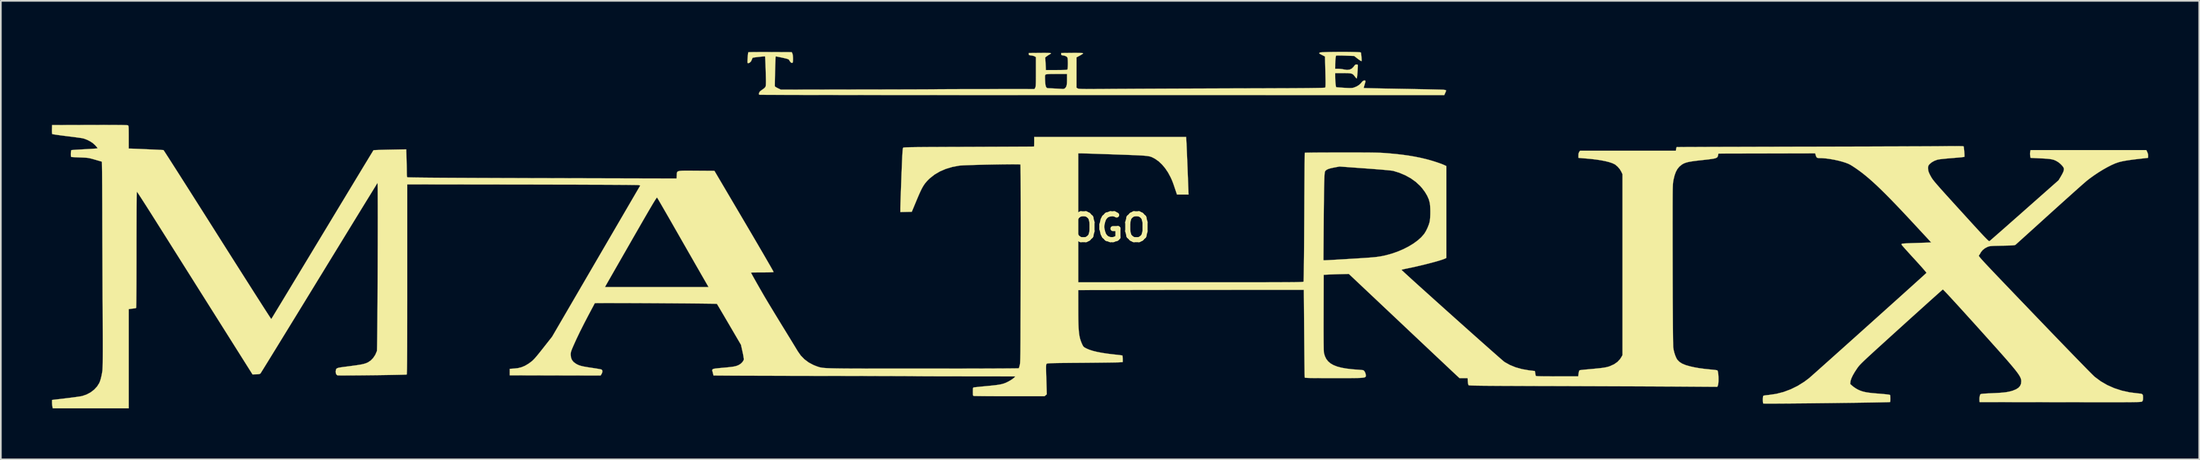
<source format=kicad_pcb>
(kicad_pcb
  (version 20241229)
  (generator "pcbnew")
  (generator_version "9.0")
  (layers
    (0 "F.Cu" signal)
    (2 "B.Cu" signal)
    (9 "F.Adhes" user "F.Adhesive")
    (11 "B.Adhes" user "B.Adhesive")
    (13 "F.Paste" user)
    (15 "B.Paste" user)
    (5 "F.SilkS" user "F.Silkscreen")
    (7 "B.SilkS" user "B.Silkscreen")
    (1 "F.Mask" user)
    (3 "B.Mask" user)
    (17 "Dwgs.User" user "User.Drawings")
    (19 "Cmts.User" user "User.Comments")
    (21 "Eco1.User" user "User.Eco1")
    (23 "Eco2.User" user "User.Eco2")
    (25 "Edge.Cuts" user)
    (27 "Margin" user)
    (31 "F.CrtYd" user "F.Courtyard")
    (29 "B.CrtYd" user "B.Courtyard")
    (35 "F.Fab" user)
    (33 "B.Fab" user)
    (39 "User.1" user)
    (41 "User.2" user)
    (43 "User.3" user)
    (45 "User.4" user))
  (footprint "LOGO"
    (layer "F.Cu")
    (at 61.621 10.372)
    (property "Reference" "LOGO" (at 0 0 0) (layer "F.SilkS") (effects (font (size 1.524 1.524) (thickness 0.3))))
    (attr through_hole)
    (fp_poly (pts (xy 14.56 -10.366) (xy 14.759 -10.364) (xy 14.94 -10.36) (xy 15.098 -10.356) (xy 15.227 -10.351) (xy 15.32 -10.344) (xy 15.372 -10.336) (xy 15.38 -10.331) (xy 15.391 -10.283) (xy 15.402 -10.204) (xy 15.412 -10.107) (xy 15.42 -10.007) (xy 15.425 -9.918) (xy 15.425 -9.851) (xy 15.42 -9.823) (xy 15.394 -9.83) (xy 15.337 -9.862) (xy 15.26 -9.916) (xy 15.194 -9.965) (xy 14.987 -10.127) (xy 14.464 -10.146) (xy 14.306 -10.151) (xy 14.165 -10.153) (xy 14.05 -10.154) (xy 13.969 -10.153) (xy 13.928 -10.15) (xy 13.925 -10.149) (xy 13.91 -10.11) (xy 13.897 -10.031) (xy 13.885 -9.922) (xy 13.876 -9.791) (xy 13.871 -9.65) (xy 13.871 -9.608) (xy 13.868 -9.373) (xy 14.04 -9.373) (xy 14.16 -9.367) (xy 14.294 -9.35) (xy 14.391 -9.331) (xy 14.569 -9.306) (xy 14.719 -9.323) (xy 14.845 -9.382) (xy 14.951 -9.486) (xy 14.984 -9.532) (xy 15.036 -9.597) (xy 15.088 -9.624) (xy 15.116 -9.627) (xy 15.171 -9.62) (xy 15.198 -9.607) (xy 15.202 -9.574) (xy 15.201 -9.501) (xy 15.197 -9.401) (xy 15.191 -9.282) (xy 15.182 -9.158) (xy 15.172 -9.037) (xy 15.162 -8.932) (xy 15.152 -8.853) (xy 15.144 -8.811) (xy 15.142 -8.807) (xy 15.118 -8.815) (xy 15.076 -8.856) (xy 15.038 -8.905) (xy 14.985 -8.975) (xy 14.937 -9.028) (xy 14.883 -9.066) (xy 14.818 -9.092) (xy 14.732 -9.107) (xy 14.617 -9.115) (xy 14.465 -9.118) (xy 14.332 -9.119) (xy 13.868 -9.119) (xy 13.869 -8.884) (xy 13.872 -8.765) (xy 13.879 -8.639) (xy 13.889 -8.517) (xy 13.9 -8.412) (xy 13.913 -8.333) (xy 13.925 -8.292) (xy 13.926 -8.29) (xy 13.954 -8.285) (xy 14.025 -8.278) (xy 14.129 -8.27) (xy 14.259 -8.261) (xy 14.388 -8.253) (xy 14.559 -8.244) (xy 14.689 -8.239) (xy 14.786 -8.239) (xy 14.861 -8.244) (xy 14.921 -8.253) (xy 14.969 -8.266) (xy 15.127 -8.329) (xy 15.27 -8.417) (xy 15.382 -8.521) (xy 15.411 -8.559) (xy 15.486 -8.643) (xy 15.564 -8.683) (xy 15.632 -8.678) (xy 15.648 -8.664) (xy 15.65 -8.632) (xy 15.638 -8.572) (xy 15.61 -8.475) (xy 15.605 -8.457) (xy 15.577 -8.362) (xy 15.558 -8.288) (xy 15.55 -8.246) (xy 15.551 -8.24) (xy 15.577 -8.238) (xy 15.651 -8.236) (xy 15.768 -8.232) (xy 15.925 -8.229) (xy 16.118 -8.224) (xy 16.344 -8.219) (xy 16.6 -8.214) (xy 16.88 -8.208) (xy 17.183 -8.203) (xy 17.504 -8.197) (xy 17.84 -8.191) (xy 17.845 -8.191) (xy 18.185 -8.185) (xy 18.512 -8.178) (xy 18.823 -8.172) (xy 19.114 -8.167) (xy 19.381 -8.161) (xy 19.62 -8.156) (xy 19.827 -8.151) (xy 19.999 -8.147) (xy 20.132 -8.143) (xy 20.222 -8.14) (xy 20.263 -8.137) (xy 20.337 -8.125) (xy 20.386 -8.108) (xy 20.396 -8.096) (xy 20.386 -8.058) (xy 20.361 -7.993) (xy 20.341 -7.946) (xy 20.286 -7.823) (xy 0.154 -7.824) (xy -0.856 -7.824) (xy -1.853 -7.824) (xy -2.837 -7.824) (xy -3.806 -7.824) (xy -4.759 -7.824) (xy -5.694 -7.825) (xy -6.611 -7.825) (xy -7.509 -7.825) (xy -8.385 -7.826) (xy -9.24 -7.826) (xy -10.071 -7.827) (xy -10.878 -7.827) (xy -11.658 -7.828) (xy -12.412 -7.828) (xy -13.138 -7.829) (xy -13.835 -7.829) (xy -14.5 -7.83) (xy -15.134 -7.831) (xy -15.735 -7.832) (xy -16.302 -7.832) (xy -16.834 -7.833) (xy -17.328 -7.834) (xy -17.785 -7.835) (xy -18.203 -7.836) (xy -18.581 -7.837) (xy -18.917 -7.837) (xy -19.21 -7.838) (xy -19.46 -7.839) (xy -19.664 -7.84) (xy -19.822 -7.841) (xy -19.933 -7.842) (xy -19.995 -7.843) (xy -20.008 -7.844) (xy -20.029 -7.884) (xy -20.021 -7.946) (xy -19.988 -8.012) (xy -19.972 -8.033) (xy -19.925 -8.074) (xy -19.854 -8.128) (xy -19.797 -8.166) (xy -19.713 -8.23) (xy -19.653 -8.297) (xy -19.637 -8.325) (xy -19.628 -8.358) (xy -19.622 -8.411) (xy -19.618 -8.489) (xy -19.616 -8.597) (xy -19.617 -8.739) (xy -19.621 -8.921) (xy -19.626 -9.146) (xy -19.629 -9.244) (xy -19.635 -9.445) (xy -19.641 -9.631) (xy -19.648 -9.794) (xy -19.654 -9.928) (xy -19.66 -10.028) (xy -19.665 -10.087) (xy -19.668 -10.101) (xy -19.696 -10.103) (xy -19.764 -10.099) (xy -19.86 -10.091) (xy -19.972 -10.08) (xy -20.09 -10.067) (xy -20.203 -10.053) (xy -20.299 -10.04) (xy -20.367 -10.029) (xy -20.395 -10.021) (xy -20.413 -9.992) (xy -20.438 -9.933) (xy -20.447 -9.905) (xy -20.495 -9.809) (xy -20.563 -9.739) (xy -20.639 -9.704) (xy -20.657 -9.703) (xy -20.678 -9.705) (xy -20.692 -9.718) (xy -20.699 -9.749) (xy -20.7 -9.807) (xy -20.697 -9.9) (xy -20.69 -10.014) (xy -20.682 -10.135) (xy -20.672 -10.238) (xy -20.662 -10.311) (xy -20.654 -10.344) (xy -20.653 -10.344) (xy -20.625 -10.348) (xy -20.551 -10.351) (xy -20.435 -10.354) (xy -20.284 -10.356) (xy -20.102 -10.357) (xy -19.893 -10.358) (xy -19.663 -10.358) (xy -19.416 -10.357) (xy -19.366 -10.357) (xy -18.098 -10.351) (xy -18.061 -10.274) (xy -18.042 -10.213) (xy -18.03 -10.122) (xy -18.023 -10.016) (xy -18.022 -9.909) (xy -18.027 -9.815) (xy -18.039 -9.749) (xy -18.05 -9.727) (xy -18.093 -9.715) (xy -18.147 -9.744) (xy -18.203 -9.808) (xy -18.23 -9.853) (xy -18.249 -9.888) (xy -18.271 -9.914) (xy -18.303 -9.935) (xy -18.355 -9.955) (xy -18.433 -9.976) (xy -18.546 -10.003) (xy -18.654 -10.027) (xy -18.786 -10.055) (xy -18.899 -10.078) (xy -18.984 -10.094) (xy -19.034 -10.101) (xy -19.042 -10.1) (xy -19.046 -10.072) (xy -19.051 -10.001) (xy -19.056 -9.893) (xy -19.061 -9.756) (xy -19.067 -9.597) (xy -19.072 -9.422) (xy -19.077 -9.24) (xy -19.082 -9.056) (xy -19.086 -8.879) (xy -19.089 -8.716) (xy -19.091 -8.573) (xy -19.092 -8.458) (xy -19.092 -8.378) (xy -19.09 -8.34) (xy -19.089 -8.338) (xy -19.061 -8.311) (xy -18.999 -8.272) (xy -18.916 -8.229) (xy -18.906 -8.224) (xy -18.736 -8.144) (xy -14.238 -8.152) (xy -13.763 -8.152) (xy -13.301 -8.153) (xy -12.855 -8.154) (xy -12.426 -8.155) (xy -12.019 -8.156) (xy -11.636 -8.157) (xy -11.278 -8.158) (xy -10.949 -8.159) (xy -10.652 -8.16) (xy -10.389 -8.161) (xy -10.162 -8.162) (xy -9.974 -8.163) (xy -9.828 -8.164) (xy -9.727 -8.165) (xy -9.673 -8.166) (xy -9.665 -8.166) (xy -9.63 -8.167) (xy -9.547 -8.168) (xy -9.42 -8.169) (xy -9.253 -8.17) (xy -9.048 -8.171) (xy -8.808 -8.172) (xy -8.538 -8.173) (xy -8.24 -8.174) (xy -7.917 -8.175) (xy -7.574 -8.175) (xy -7.212 -8.176) (xy -6.837 -8.176) (xy -6.705 -8.176) (xy -3.821 -8.179) (xy -3.777 -8.253) (xy -3.766 -8.277) (xy -3.756 -8.31) (xy -3.749 -8.356) (xy -3.743 -8.421) (xy -3.739 -8.51) (xy -3.736 -8.629) (xy -3.735 -8.783) (xy -3.734 -8.86) (xy -3.201 -8.86) (xy -3.197 -8.744) (xy -3.195 -8.697) (xy -3.186 -8.535) (xy -3.171 -8.418) (xy -3.151 -8.337) (xy -3.14 -8.312) (xy -3.108 -8.261) (xy -3.07 -8.236) (xy -3.006 -8.228) (xy -2.977 -8.227) (xy -2.911 -8.224) (xy -2.807 -8.22) (xy -2.677 -8.213) (xy -2.534 -8.206) (xy -2.39 -8.198) (xy -2.258 -8.191) (xy -2.151 -8.184) (xy -2.132 -8.183) (xy -2.06 -8.201) (xy -2.013 -8.236) (xy -1.97 -8.29) (xy -1.94 -8.354) (xy -1.92 -8.436) (xy -1.909 -8.546) (xy -1.905 -8.694) (xy -1.905 -8.752) (xy -1.905 -9.068) (xy -2.51 -9.068) (xy -2.714 -9.067) (xy -2.873 -9.065) (xy -2.991 -9.061) (xy -3.075 -9.055) (xy -3.129 -9.046) (xy -3.159 -9.035) (xy -3.161 -9.034) (xy -3.181 -9.015) (xy -3.193 -8.985) (xy -3.2 -8.937) (xy -3.201 -8.86) (xy -3.734 -8.86) (xy -3.734 -8.977) (xy -3.734 -9.192) (xy -3.734 -10.057) (xy -3.798 -10.099) (xy -3.86 -10.126) (xy -3.948 -10.148) (xy -4.008 -10.157) (xy -4.09 -10.168) (xy -4.133 -10.182) (xy -4.15 -10.205) (xy -4.153 -10.236) (xy -4.153 -10.3) (xy -3.499 -10.306) (xy -3.28 -10.308) (xy -3.103 -10.307) (xy -2.971 -10.304) (xy -2.885 -10.298) (xy -2.847 -10.29) (xy -2.845 -10.288) (xy -2.865 -10.261) (xy -2.916 -10.227) (xy -2.927 -10.221) (xy -3.002 -10.176) (xy -3.083 -10.12) (xy -3.099 -10.109) (xy -3.188 -10.039) (xy -3.171 -9.776) (xy -3.164 -9.652) (xy -3.158 -9.534) (xy -3.154 -9.441) (xy -3.152 -9.404) (xy -3.15 -9.296) (xy -2.532 -9.296) (xy -2.319 -9.297) (xy -2.152 -9.3) (xy -2.029 -9.304) (xy -1.945 -9.311) (xy -1.898 -9.32) (xy -1.885 -9.327) (xy -1.872 -9.364) (xy -1.863 -9.44) (xy -1.857 -9.543) (xy -1.854 -9.66) (xy -1.855 -9.779) (xy -1.859 -9.889) (xy -1.867 -9.976) (xy -1.878 -10.03) (xy -1.88 -10.034) (xy -1.943 -10.101) (xy -2.05 -10.144) (xy -2.134 -10.159) (xy -2.205 -10.171) (xy -2.238 -10.19) (xy -2.248 -10.225) (xy -2.248 -10.236) (xy -2.248 -10.3) (xy -1.615 -10.307) (xy -1.431 -10.308) (xy -1.268 -10.307) (xy -1.134 -10.304) (xy -1.033 -10.3) (xy -0.973 -10.294) (xy -0.958 -10.29) (xy -0.968 -10.267) (xy -1.018 -10.228) (xy -1.105 -10.176) (xy -1.14 -10.156) (xy -1.345 -10.046) (xy -1.346 -9.153) (xy -1.346 -8.261) (xy -1.28 -8.217) (xy -1.266 -8.21) (xy -1.245 -8.203) (xy -1.215 -8.197) (xy -1.173 -8.192) (xy -1.115 -8.189) (xy -1.038 -8.186) (xy -0.938 -8.183) (xy -0.813 -8.182) (xy -0.658 -8.181) (xy -0.471 -8.181) (xy -0.248 -8.182) (xy 0.013 -8.183) (xy 0.318 -8.185) (xy 0.668 -8.188) (xy 0.873 -8.189) (xy 1.116 -8.191) (xy 1.406 -8.192) (xy 1.739 -8.194) (xy 2.111 -8.196) (xy 2.518 -8.198) (xy 2.957 -8.2) (xy 3.424 -8.202) (xy 3.914 -8.204) (xy 4.424 -8.206) (xy 4.95 -8.208) (xy 5.489 -8.21) (xy 6.035 -8.212) (xy 6.586 -8.214) (xy 7.137 -8.216) (xy 7.685 -8.218) (xy 8.103 -8.219) (xy 8.72 -8.221) (xy 9.289 -8.222) (xy 9.811 -8.224) (xy 10.287 -8.226) (xy 10.72 -8.228) (xy 11.112 -8.229) (xy 11.464 -8.231) (xy 11.778 -8.233) (xy 12.056 -8.235) (xy 12.301 -8.237) (xy 12.513 -8.24) (xy 12.695 -8.242) (xy 12.848 -8.245) (xy 12.975 -8.247) (xy 13.077 -8.25) (xy 13.156 -8.253) (xy 13.214 -8.257) (xy 13.253 -8.26) (xy 13.275 -8.264) (xy 13.281 -8.267) (xy 13.29 -8.283) (xy 13.297 -8.316) (xy 13.301 -8.37) (xy 13.304 -8.449) (xy 13.305 -8.558) (xy 13.304 -8.703) (xy 13.3 -8.888) (xy 13.295 -9.117) (xy 13.293 -9.198) (xy 13.271 -10.096) (xy 13.112 -10.176) (xy 13.014 -10.225) (xy 12.957 -10.259) (xy 12.933 -10.283) (xy 12.938 -10.304) (xy 12.965 -10.327) (xy 12.965 -10.327) (xy 13.002 -10.336) (xy 13.081 -10.343) (xy 13.199 -10.35) (xy 13.348 -10.355) (xy 13.522 -10.36) (xy 13.715 -10.363) (xy 13.922 -10.365) (xy 14.136 -10.367) (xy 14.351 -10.367) (xy 14.56 -10.366)) (stroke (width 0.01) (type solid)) (fill yes) (layer "F.SilkS"))
    (fp_poly (pts (xy -58.214 -6.065) (xy -57.917 -6.064) (xy -57.67 -6.062) (xy -57.47 -6.06) (xy -57.319 -6.056) (xy -57.216 -6.052) (xy -57.159 -6.047) (xy -57.149 -6.044) (xy -57.134 -6.034) (xy -57.122 -6.017) (xy -57.114 -5.988) (xy -57.107 -5.94) (xy -57.103 -5.868) (xy -57.101 -5.765) (xy -57.1 -5.626) (xy -57.099 -5.445) (xy -57.099 -5.346) (xy -57.099 -4.674) (xy -57.029 -4.674) (xy -56.979 -4.673) (xy -56.887 -4.67) (xy -56.761 -4.665) (xy -56.608 -4.659) (xy -56.435 -4.652) (xy -56.247 -4.644) (xy -56.053 -4.635) (xy -55.858 -4.626) (xy -55.67 -4.618) (xy -55.495 -4.61) (xy -55.34 -4.602) (xy -55.212 -4.596) (xy -55.118 -4.59) (xy -55.064 -4.587) (xy -55.054 -4.586) (xy -55.038 -4.564) (xy -54.996 -4.501) (xy -54.93 -4.399) (xy -54.84 -4.259) (xy -54.727 -4.084) (xy -54.594 -3.876) (xy -54.441 -3.636) (xy -54.269 -3.367) (xy -54.079 -3.069) (xy -53.874 -2.746) (xy -53.653 -2.399) (xy -53.418 -2.029) (xy -53.171 -1.639) (xy -52.912 -1.231) (xy -52.643 -0.807) (xy -52.365 -0.368) (xy -52.079 0.084) (xy -51.879 0.401) (xy -51.588 0.861) (xy -51.305 1.308) (xy -51.03 1.742) (xy -50.764 2.161) (xy -50.509 2.562) (xy -50.266 2.945) (xy -50.036 3.306) (xy -49.821 3.645) (xy -49.621 3.959) (xy -49.437 4.246) (xy -49.272 4.505) (xy -49.125 4.734) (xy -48.999 4.93) (xy -48.894 5.092) (xy -48.812 5.218) (xy -48.754 5.306) (xy -48.721 5.354) (xy -48.713 5.364) (xy -48.699 5.341) (xy -48.659 5.276) (xy -48.596 5.172) (xy -48.51 5.03) (xy -48.402 4.852) (xy -48.274 4.641) (xy -48.126 4.398) (xy -47.961 4.124) (xy -47.779 3.823) (xy -47.581 3.496) (xy -47.369 3.144) (xy -47.143 2.771) (xy -46.905 2.377) (xy -46.656 1.965) (xy -46.397 1.536) (xy -46.13 1.093) (xy -45.855 0.638) (xy -45.708 0.394) (xy -45.429 -0.067) (xy -45.158 -0.517) (xy -44.894 -0.954) (xy -44.64 -1.375) (xy -44.396 -1.778) (xy -44.164 -2.163) (xy -43.944 -2.526) (xy -43.739 -2.866) (xy -43.548 -3.181) (xy -43.374 -3.47) (xy -43.217 -3.729) (xy -43.078 -3.957) (xy -42.96 -4.153) (xy -42.862 -4.314) (xy -42.786 -4.438) (xy -42.734 -4.524) (xy -42.706 -4.569) (xy -42.702 -4.576) (xy -42.673 -4.58) (xy -42.6 -4.585) (xy -42.487 -4.59) (xy -42.34 -4.596) (xy -42.165 -4.601) (xy -41.968 -4.606) (xy -41.754 -4.611) (xy -41.73 -4.611) (xy -40.775 -4.629) (xy -40.758 -4.089) (xy -40.753 -3.906) (xy -40.749 -3.72) (xy -40.745 -3.544) (xy -40.743 -3.392) (xy -40.742 -3.276) (xy -40.742 -3.272) (xy -40.74 -3.137) (xy -40.733 -3.048) (xy -40.722 -2.999) (xy -40.71 -2.986) (xy -40.679 -2.982) (xy -40.608 -2.979) (xy -40.496 -2.976) (xy -40.343 -2.973) (xy -40.148 -2.97) (xy -39.91 -2.967) (xy -39.629 -2.964) (xy -39.305 -2.961) (xy -38.936 -2.958) (xy -38.523 -2.955) (xy -38.065 -2.953) (xy -37.561 -2.95) (xy -37.011 -2.948) (xy -36.413 -2.945) (xy -35.769 -2.943) (xy -35.076 -2.94) (xy -34.335 -2.938) (xy -33.545 -2.935) (xy -32.706 -2.933) (xy -31.816 -2.931) (xy -31.544 -2.93) (xy -24.873 -2.913) (xy -24.862 -3.098) (xy -24.859 -3.164) (xy -24.856 -3.219) (xy -24.847 -3.264) (xy -24.829 -3.3) (xy -24.798 -3.327) (xy -24.748 -3.347) (xy -24.675 -3.361) (xy -24.576 -3.37) (xy -24.446 -3.374) (xy -24.279 -3.376) (xy -24.073 -3.375) (xy -23.823 -3.373) (xy -23.69 -3.372) (xy -22.647 -3.365) (xy -20.899 -0.398) (xy -20.689 -0.041) (xy -20.486 0.304) (xy -20.293 0.634) (xy -20.109 0.948) (xy -19.938 1.242) (xy -19.779 1.514) (xy -19.636 1.761) (xy -19.509 1.981) (xy -19.399 2.171) (xy -19.309 2.329) (xy -19.239 2.453) (xy -19.192 2.539) (xy -19.168 2.585) (xy -19.165 2.593) (xy -19.194 2.599) (xy -19.268 2.605) (xy -19.38 2.61) (xy -19.526 2.614) (xy -19.698 2.616) (xy -19.839 2.616) (xy -20.016 2.617) (xy -20.175 2.618) (xy -20.309 2.619) (xy -20.412 2.621) (xy -20.477 2.624) (xy -20.498 2.626) (xy -20.486 2.653) (xy -20.451 2.717) (xy -20.398 2.814) (xy -20.329 2.938) (xy -20.248 3.082) (xy -20.158 3.242) (xy -20.062 3.41) (xy -19.964 3.583) (xy -19.866 3.752) (xy -19.773 3.914) (xy -19.687 4.062) (xy -19.648 4.128) (xy -19.576 4.248) (xy -19.482 4.406) (xy -19.368 4.595) (xy -19.239 4.808) (xy -19.099 5.039) (xy -18.951 5.282) (xy -18.799 5.531) (xy -18.647 5.78) (xy -18.593 5.867) (xy -18.45 6.1) (xy -18.313 6.324) (xy -18.184 6.534) (xy -18.066 6.727) (xy -17.962 6.898) (xy -17.874 7.042) (xy -17.806 7.155) (xy -17.759 7.231) (xy -17.743 7.26) (xy -17.566 7.511) (xy -17.351 7.732) (xy -17.101 7.919) (xy -16.82 8.069) (xy -16.635 8.142) (xy -16.591 8.157) (xy -16.55 8.171) (xy -16.511 8.184) (xy -16.471 8.196) (xy -16.428 8.207) (xy -16.381 8.216) (xy -16.327 8.225) (xy -16.264 8.234) (xy -16.19 8.241) (xy -16.103 8.247) (xy -16 8.253) (xy -15.881 8.258) (xy -15.743 8.262) (xy -15.583 8.266) (xy -15.4 8.269) (xy -15.192 8.272) (xy -14.956 8.274) (xy -14.691 8.276) (xy -14.395 8.277) (xy -14.065 8.278) (xy -13.699 8.279) (xy -13.296 8.28) (xy -12.853 8.28) (xy -12.368 8.28) (xy -11.84 8.28) (xy -11.265 8.28) (xy -10.643 8.28) (xy -10.371 8.28) (xy -9.792 8.28) (xy -9.234 8.28) (xy -8.701 8.279) (xy -8.192 8.279) (xy -7.711 8.278) (xy -7.259 8.277) (xy -6.838 8.276) (xy -6.45 8.274) (xy -6.096 8.273) (xy -5.779 8.271) (xy -5.501 8.27) (xy -5.263 8.268) (xy -5.067 8.266) (xy -4.915 8.264) (xy -4.809 8.262) (xy -4.75 8.259) (xy -4.739 8.258) (xy -4.726 8.223) (xy -4.706 8.154) (xy -4.682 8.065) (xy -4.681 8.061) (xy -4.677 8.039) (xy -4.672 8.012) (xy -4.668 7.978) (xy -4.664 7.936) (xy -4.661 7.882) (xy -4.658 7.816) (xy -4.655 7.735) (xy -4.652 7.637) (xy -4.65 7.52) (xy -4.647 7.382) (xy -4.645 7.221) (xy -4.644 7.036) (xy -4.642 6.824) (xy -4.64 6.583) (xy -4.639 6.312) (xy -4.638 6.007) (xy -4.637 5.668) (xy -4.636 5.293) (xy -4.635 4.878) (xy -4.634 4.423) (xy -4.633 3.926) (xy -4.632 3.383) (xy -4.631 2.794) (xy -4.63 2.157) (xy -4.63 2.085) (xy -4.629 1.53) (xy -4.629 0.991) (xy -4.628 0.471) (xy -4.628 -0.03) (xy -4.628 -0.508) (xy -4.629 -0.962) (xy -4.629 -1.39) (xy -4.63 -1.789) (xy -4.631 -2.157) (xy -4.632 -2.492) (xy -4.633 -2.792) (xy -4.634 -3.054) (xy -4.636 -3.278) (xy -4.637 -3.46) (xy -4.639 -3.598) (xy -4.641 -3.691) (xy -4.643 -3.736) (xy -4.644 -3.739) (xy -4.674 -3.744) (xy -4.75 -3.748) (xy -4.867 -3.75) (xy -5.02 -3.751) (xy -5.203 -3.751) (xy -5.413 -3.749) (xy -5.643 -3.747) (xy -5.889 -3.743) (xy -6.146 -3.739) (xy -6.409 -3.734) (xy -6.673 -3.729) (xy -6.933 -3.722) (xy -7.184 -3.716) (xy -7.421 -3.709) (xy -7.638 -3.702) (xy -7.832 -3.695) (xy -7.997 -3.688) (xy -8.128 -3.68) (xy -8.219 -3.673) (xy -8.249 -3.67) (xy -8.657 -3.592) (xy -9.036 -3.478) (xy -9.383 -3.329) (xy -9.696 -3.145) (xy -9.972 -2.928) (xy -10.068 -2.836) (xy -10.158 -2.741) (xy -10.237 -2.648) (xy -10.31 -2.549) (xy -10.38 -2.438) (xy -10.451 -2.309) (xy -10.526 -2.155) (xy -10.61 -1.969) (xy -10.706 -1.745) (xy -10.753 -1.633) (xy -11.036 -0.953) (xy -11.709 -0.938) (xy -11.709 -1.136) (xy -11.708 -1.195) (xy -11.705 -1.301) (xy -11.701 -1.447) (xy -11.695 -1.63) (xy -11.688 -1.844) (xy -11.679 -2.084) (xy -11.67 -2.346) (xy -11.66 -2.625) (xy -11.649 -2.916) (xy -11.646 -3.009) (xy -11.633 -3.349) (xy -11.621 -3.641) (xy -11.611 -3.89) (xy -11.601 -4.098) (xy -11.593 -4.27) (xy -11.585 -4.408) (xy -11.578 -4.515) (xy -11.571 -4.597) (xy -11.563 -4.655) (xy -11.556 -4.694) (xy -11.548 -4.716) (xy -11.543 -4.724) (xy -11.534 -4.729) (xy -11.515 -4.734) (xy -11.485 -4.738) (xy -11.44 -4.742) (xy -11.379 -4.746) (xy -11.3 -4.749) (xy -11.199 -4.752) (xy -11.075 -4.755) (xy -10.925 -4.757) (xy -10.747 -4.76) (xy -10.539 -4.762) (xy -10.298 -4.764) (xy -10.021 -4.766) (xy -9.707 -4.767) (xy -9.354 -4.769) (xy -8.958 -4.771) (xy -8.517 -4.773) (xy -8.03 -4.774) (xy -7.676 -4.775) (xy -7.239 -4.777) (xy -6.817 -4.779) (xy -6.41 -4.78) (xy -6.024 -4.782) (xy -5.66 -4.783) (xy -5.321 -4.785) (xy -5.009 -4.786) (xy -4.729 -4.788) (xy -4.481 -4.789) (xy -4.27 -4.79) (xy -4.098 -4.792) (xy -3.968 -4.793) (xy -3.882 -4.794) (xy -3.844 -4.794) (xy -3.842 -4.795) (xy -3.839 -4.821) (xy -3.837 -4.887) (xy -3.836 -4.983) (xy -3.835 -5.08) (xy -3.835 -5.359) (xy 0.633 -5.359) (xy 5.101 -5.359) (xy 5.116 -5.124) (xy 5.12 -5.052) (xy 5.126 -4.936) (xy 5.133 -4.78) (xy 5.141 -4.591) (xy 5.15 -4.376) (xy 5.16 -4.14) (xy 5.17 -3.889) (xy 5.18 -3.629) (xy 5.182 -3.594) (xy 5.192 -3.336) (xy 5.201 -3.089) (xy 5.21 -2.858) (xy 5.218 -2.649) (xy 5.225 -2.467) (xy 5.231 -2.317) (xy 5.236 -2.207) (xy 5.238 -2.141) (xy 5.238 -2.134) (xy 5.245 -1.968) (xy 4.564 -1.968) (xy 4.457 -2.286) (xy 4.401 -2.453) (xy 4.356 -2.583) (xy 4.318 -2.687) (xy 4.284 -2.774) (xy 4.249 -2.856) (xy 4.209 -2.943) (xy 4.18 -3.004) (xy 4.036 -3.271) (xy 3.869 -3.518) (xy 3.685 -3.737) (xy 3.49 -3.921) (xy 3.29 -4.063) (xy 3.264 -4.078) (xy 3.205 -4.111) (xy 3.152 -4.139) (xy 3.1 -4.164) (xy 3.047 -4.186) (xy 2.988 -4.205) (xy 2.92 -4.221) (xy 2.838 -4.235) (xy 2.739 -4.247) (xy 2.619 -4.258) (xy 2.475 -4.268) (xy 2.302 -4.277) (xy 2.097 -4.287) (xy 1.855 -4.296) (xy 1.574 -4.307) (xy 1.248 -4.318) (xy 0.937 -4.329) (xy 0.629 -4.34) (xy 0.333 -4.35) (xy 0.053 -4.359) (xy -0.207 -4.368) (xy -0.442 -4.376) (xy -0.647 -4.382) (xy -0.819 -4.387) (xy -0.953 -4.391) (xy -1.045 -4.394) (xy -1.086 -4.394) (xy -1.245 -4.394) (xy -1.245 3.2) (xy 5.371 3.2) (xy 6.057 3.2) (xy 6.694 3.2) (xy 7.284 3.2) (xy 7.829 3.2) (xy 8.33 3.2) (xy 8.789 3.2) (xy 9.208 3.199) (xy 9.59 3.199) (xy 9.935 3.198) (xy 10.245 3.197) (xy 10.523 3.197) (xy 10.77 3.195) (xy 10.988 3.194) (xy 11.179 3.193) (xy 11.345 3.191) (xy 11.486 3.19) (xy 11.607 3.188) (xy 11.707 3.185) (xy 11.789 3.183) (xy 11.855 3.18) (xy 11.906 3.177) (xy 11.945 3.174) (xy 11.972 3.171) (xy 11.991 3.167) (xy 12.003 3.163) (xy 12.009 3.158) (xy 12.01 3.156) (xy 12.013 3.125) (xy 12.016 3.046) (xy 12.019 2.921) (xy 12.023 2.753) (xy 12.026 2.543) (xy 12.029 2.294) (xy 12.032 2.009) (xy 12.033 1.905) (xy 13.178 1.905) (xy 13.25 1.905) (xy 13.288 1.903) (xy 13.372 1.899) (xy 13.497 1.892) (xy 13.659 1.883) (xy 13.853 1.872) (xy 14.073 1.859) (xy 14.315 1.845) (xy 14.575 1.829) (xy 14.793 1.816) (xy 15.122 1.796) (xy 15.406 1.778) (xy 15.649 1.762) (xy 15.856 1.747) (xy 16.034 1.733) (xy 16.186 1.719) (xy 16.318 1.704) (xy 16.434 1.688) (xy 16.541 1.671) (xy 16.643 1.652) (xy 16.746 1.631) (xy 16.854 1.606) (xy 16.866 1.603) (xy 17.215 1.507) (xy 17.556 1.387) (xy 17.883 1.247) (xy 18.19 1.09) (xy 18.47 0.92) (xy 18.718 0.739) (xy 18.929 0.551) (xy 19.096 0.36) (xy 19.126 0.318) (xy 19.216 0.168) (xy 19.303 -0.01) (xy 19.376 -0.195) (xy 19.423 -0.347) (xy 19.443 -0.461) (xy 19.457 -0.612) (xy 19.465 -0.787) (xy 19.467 -0.973) (xy 19.463 -1.157) (xy 19.453 -1.326) (xy 19.436 -1.467) (xy 19.435 -1.472) (xy 19.38 -1.677) (xy 19.284 -1.896) (xy 19.151 -2.12) (xy 18.986 -2.342) (xy 18.867 -2.478) (xy 18.615 -2.712) (xy 18.323 -2.922) (xy 17.996 -3.103) (xy 17.64 -3.253) (xy 17.285 -3.362) (xy 17.225 -3.372) (xy 17.119 -3.385) (xy 16.968 -3.401) (xy 16.776 -3.419) (xy 16.546 -3.439) (xy 16.282 -3.46) (xy 15.986 -3.483) (xy 15.662 -3.507) (xy 15.628 -3.509) (xy 14.125 -3.618) (xy 13.817 -3.561) (xy 13.628 -3.522) (xy 13.485 -3.481) (xy 13.381 -3.435) (xy 13.311 -3.384) (xy 13.274 -3.333) (xy 13.266 -3.309) (xy 13.257 -3.27) (xy 13.25 -3.214) (xy 13.243 -3.139) (xy 13.237 -3.042) (xy 13.232 -2.92) (xy 13.227 -2.772) (xy 13.222 -2.594) (xy 13.217 -2.383) (xy 13.213 -2.138) (xy 13.209 -1.856) (xy 13.206 -1.534) (xy 13.202 -1.17) (xy 13.198 -0.762) (xy 13.195 -0.306) (xy 13.193 -0.108) (xy 13.178 1.905) (xy 12.033 1.905) (xy 12.036 1.69) (xy 12.039 1.339) (xy 12.042 0.958) (xy 12.045 0.551) (xy 12.047 0.12) (xy 12.05 -0.334) (xy 12.052 -0.648) (xy 12.054 -1.081) (xy 12.056 -1.5) (xy 12.058 -1.903) (xy 12.061 -2.286) (xy 12.063 -2.646) (xy 12.066 -2.982) (xy 12.068 -3.29) (xy 12.07 -3.567) (xy 12.072 -3.81) (xy 12.074 -4.017) (xy 12.076 -4.185) (xy 12.078 -4.311) (xy 12.08 -4.392) (xy 12.081 -4.425) (xy 12.082 -4.426) (xy 12.108 -4.429) (xy 12.182 -4.432) (xy 12.299 -4.434) (xy 12.456 -4.437) (xy 12.648 -4.439) (xy 12.873 -4.441) (xy 13.127 -4.442) (xy 13.405 -4.443) (xy 13.705 -4.444) (xy 14.022 -4.445) (xy 14.26 -4.445) (xy 14.651 -4.445) (xy 14.995 -4.445) (xy 15.297 -4.444) (xy 15.561 -4.443) (xy 15.791 -4.442) (xy 15.99 -4.44) (xy 16.164 -4.437) (xy 16.316 -4.434) (xy 16.451 -4.43) (xy 16.573 -4.425) (xy 16.685 -4.419) (xy 16.793 -4.412) (xy 16.9 -4.404) (xy 17.01 -4.395) (xy 17.021 -4.394) (xy 17.453 -4.354) (xy 17.844 -4.309) (xy 18.203 -4.259) (xy 18.542 -4.201) (xy 18.869 -4.136) (xy 19.195 -4.06) (xy 19.228 -4.051) (xy 19.413 -4.002) (xy 19.61 -3.944) (xy 19.805 -3.882) (xy 19.988 -3.82) (xy 20.148 -3.762) (xy 20.272 -3.71) (xy 20.293 -3.7) (xy 20.409 -3.645) (xy 20.409 1.765) (xy 20.319 1.807) (xy 20.23 1.843) (xy 20.097 1.887) (xy 19.929 1.939) (xy 19.73 1.995) (xy 19.509 2.055) (xy 19.271 2.116) (xy 19.023 2.178) (xy 18.772 2.237) (xy 18.525 2.294) (xy 18.288 2.345) (xy 18.136 2.376) (xy 18.009 2.402) (xy 17.9 2.426) (xy 17.819 2.446) (xy 17.776 2.461) (xy 17.772 2.463) (xy 17.788 2.482) (xy 17.84 2.532) (xy 17.925 2.612) (xy 18.04 2.718) (xy 18.184 2.85) (xy 18.354 3.005) (xy 18.547 3.18) (xy 18.761 3.374) (xy 18.993 3.583) (xy 19.242 3.807) (xy 19.504 4.043) (xy 19.777 4.289) (xy 20.059 4.542) (xy 20.347 4.801) (xy 20.639 5.062) (xy 20.932 5.325) (xy 21.224 5.586) (xy 21.513 5.844) (xy 21.796 6.097) (xy 22.071 6.342) (xy 22.334 6.576) (xy 22.585 6.799) (xy 22.82 7.007) (xy 23.036 7.199) (xy 23.233 7.372) (xy 23.406 7.525) (xy 23.553 7.654) (xy 23.673 7.758) (xy 23.763 7.835) (xy 23.82 7.882) (xy 23.838 7.895) (xy 24.147 8.067) (xy 24.485 8.205) (xy 24.856 8.309) (xy 25.263 8.38) (xy 25.349 8.391) (xy 25.616 8.421) (xy 25.638 8.548) (xy 25.652 8.627) (xy 25.664 8.688) (xy 25.669 8.706) (xy 25.681 8.713) (xy 25.716 8.72) (xy 25.778 8.725) (xy 25.869 8.729) (xy 25.993 8.732) (xy 26.154 8.735) (xy 26.355 8.736) (xy 26.599 8.737) (xy 26.891 8.738) (xy 26.922 8.738) (xy 28.165 8.738) (xy 28.181 8.617) (xy 28.197 8.506) (xy 28.212 8.436) (xy 28.23 8.397) (xy 28.255 8.377) (xy 28.277 8.371) (xy 28.318 8.365) (xy 28.401 8.356) (xy 28.52 8.343) (xy 28.664 8.329) (xy 28.828 8.314) (xy 28.918 8.306) (xy 29.162 8.283) (xy 29.361 8.263) (xy 29.524 8.245) (xy 29.657 8.227) (xy 29.767 8.208) (xy 29.86 8.188) (xy 29.944 8.165) (xy 30.026 8.138) (xy 30.035 8.134) (xy 30.274 8.026) (xy 30.473 7.887) (xy 30.632 7.716) (xy 30.717 7.582) (xy 30.772 7.48) (xy 30.772 -3.162) (xy 30.705 -3.306) (xy 30.613 -3.461) (xy 30.492 -3.604) (xy 30.358 -3.72) (xy 30.309 -3.751) (xy 30.17 -3.817) (xy 29.986 -3.878) (xy 29.76 -3.935) (xy 29.498 -3.986) (xy 29.204 -4.031) (xy 28.884 -4.068) (xy 28.715 -4.083) (xy 28.181 -4.128) (xy 28.178 -4.267) (xy 28.185 -4.378) (xy 28.212 -4.457) (xy 28.225 -4.477) (xy 28.274 -4.547) (xy 33.908 -4.547) (xy 33.925 -4.649) (xy 33.939 -4.715) (xy 33.953 -4.756) (xy 33.957 -4.761) (xy 33.983 -4.762) (xy 34.058 -4.762) (xy 34.18 -4.763) (xy 34.347 -4.765) (xy 34.556 -4.766) (xy 34.807 -4.767) (xy 35.095 -4.768) (xy 35.421 -4.77) (xy 35.781 -4.771) (xy 36.174 -4.772) (xy 36.597 -4.774) (xy 37.049 -4.775) (xy 37.528 -4.776) (xy 38.031 -4.778) (xy 38.557 -4.779) (xy 39.104 -4.781) (xy 39.669 -4.782) (xy 40.25 -4.783) (xy 40.846 -4.785) (xy 41.237 -4.786) (xy 41.856 -4.787) (xy 42.469 -4.788) (xy 43.074 -4.79) (xy 43.669 -4.791) (xy 44.25 -4.793) (xy 44.816 -4.795) (xy 45.363 -4.796) (xy 45.89 -4.798) (xy 46.394 -4.8) (xy 46.873 -4.801) (xy 47.324 -4.803) (xy 47.744 -4.805) (xy 48.131 -4.806) (xy 48.483 -4.808) (xy 48.798 -4.809) (xy 49.072 -4.811) (xy 49.304 -4.812) (xy 49.49 -4.814) (xy 49.629 -4.815) (xy 49.66 -4.816) (xy 49.955 -4.819) (xy 50.21 -4.82) (xy 50.425 -4.821) (xy 50.596 -4.819) (xy 50.723 -4.816) (xy 50.803 -4.812) (xy 50.835 -4.806) (xy 50.835 -4.806) (xy 50.845 -4.769) (xy 50.855 -4.695) (xy 50.866 -4.598) (xy 50.875 -4.489) (xy 50.882 -4.382) (xy 50.887 -4.287) (xy 50.887 -4.218) (xy 50.882 -4.187) (xy 50.882 -4.187) (xy 50.853 -4.181) (xy 50.78 -4.171) (xy 50.669 -4.159) (xy 50.527 -4.146) (xy 50.362 -4.132) (xy 50.179 -4.117) (xy 50.152 -4.115) (xy 49.959 -4.099) (xy 49.776 -4.082) (xy 49.61 -4.065) (xy 49.471 -4.049) (xy 49.365 -4.034) (xy 49.302 -4.022) (xy 49.301 -4.022) (xy 49.113 -3.953) (xy 48.949 -3.858) (xy 48.83 -3.754) (xy 48.775 -3.685) (xy 48.749 -3.621) (xy 48.743 -3.539) (xy 48.743 -3.537) (xy 48.748 -3.44) (xy 48.765 -3.349) (xy 48.798 -3.253) (xy 48.852 -3.139) (xy 48.926 -3.003) (xy 48.952 -2.959) (xy 48.981 -2.914) (xy 49.017 -2.862) (xy 49.062 -2.803) (xy 49.117 -2.734) (xy 49.185 -2.652) (xy 49.268 -2.555) (xy 49.369 -2.44) (xy 49.488 -2.304) (xy 49.63 -2.146) (xy 49.795 -1.962) (xy 49.986 -1.751) (xy 50.206 -1.509) (xy 50.455 -1.234) (xy 50.686 -0.981) (xy 50.959 -0.681) (xy 51.199 -0.417) (xy 51.41 -0.186) (xy 51.593 0.014) (xy 51.75 0.185) (xy 51.884 0.329) (xy 51.995 0.448) (xy 52.087 0.545) (xy 52.162 0.621) (xy 52.221 0.68) (xy 52.266 0.722) (xy 52.3 0.751) (xy 52.325 0.768) (xy 52.343 0.775) (xy 52.355 0.775) (xy 52.362 0.772) (xy 52.388 0.751) (xy 52.449 0.699) (xy 52.543 0.617) (xy 52.667 0.508) (xy 52.819 0.375) (xy 52.997 0.219) (xy 53.197 0.044) (xy 53.417 -0.15) (xy 53.654 -0.36) (xy 53.907 -0.583) (xy 54.172 -0.816) (xy 54.417 -1.034) (xy 56.422 -2.807) (xy 56.558 -3.033) (xy 56.647 -3.192) (xy 56.706 -3.317) (xy 56.735 -3.416) (xy 56.738 -3.494) (xy 56.735 -3.511) (xy 56.701 -3.58) (xy 56.637 -3.665) (xy 56.551 -3.755) (xy 56.457 -3.837) (xy 56.393 -3.883) (xy 56.303 -3.937) (xy 56.219 -3.981) (xy 56.131 -4.014) (xy 56.031 -4.04) (xy 55.912 -4.06) (xy 55.766 -4.075) (xy 55.584 -4.088) (xy 55.372 -4.099) (xy 54.775 -4.128) (xy 54.753 -4.25) (xy 54.743 -4.361) (xy 54.751 -4.467) (xy 54.753 -4.479) (xy 54.775 -4.585) (xy 61.582 -4.585) (xy 61.64 -4.47) (xy 61.685 -4.343) (xy 61.691 -4.242) (xy 61.684 -4.129) (xy 61.201 -4.074) (xy 60.901 -4.039) (xy 60.646 -4.005) (xy 60.43 -3.973) (xy 60.246 -3.94) (xy 60.089 -3.907) (xy 59.952 -3.871) (xy 59.945 -3.869) (xy 59.756 -3.803) (xy 59.537 -3.706) (xy 59.296 -3.583) (xy 59.041 -3.439) (xy 58.779 -3.278) (xy 58.518 -3.104) (xy 58.265 -2.922) (xy 58.09 -2.786) (xy 58.034 -2.739) (xy 57.943 -2.66) (xy 57.82 -2.553) (xy 57.669 -2.419) (xy 57.492 -2.262) (xy 57.292 -2.083) (xy 57.073 -1.886) (xy 56.836 -1.674) (xy 56.585 -1.448) (xy 56.323 -1.212) (xy 56.053 -0.968) (xy 55.878 -0.81) (xy 55.61 -0.567) (xy 55.352 -0.333) (xy 55.106 -0.11) (xy 54.876 0.098) (xy 54.663 0.29) (xy 54.471 0.464) (xy 54.302 0.617) (xy 54.157 0.747) (xy 54.041 0.852) (xy 53.956 0.929) (xy 53.903 0.976) (xy 53.887 0.991) (xy 53.865 1.002) (xy 53.825 1.012) (xy 53.764 1.02) (xy 53.674 1.026) (xy 53.552 1.032) (xy 53.391 1.036) (xy 53.186 1.041) (xy 53.114 1.042) (xy 52.9 1.047) (xy 52.731 1.051) (xy 52.598 1.055) (xy 52.497 1.061) (xy 52.42 1.068) (xy 52.361 1.077) (xy 52.312 1.089) (xy 52.267 1.104) (xy 52.246 1.112) (xy 52.092 1.192) (xy 51.959 1.298) (xy 51.86 1.417) (xy 51.838 1.457) (xy 51.795 1.534) (xy 51.751 1.598) (xy 51.739 1.613) (xy 51.734 1.62) (xy 51.732 1.628) (xy 51.733 1.64) (xy 51.74 1.656) (xy 51.754 1.679) (xy 51.777 1.71) (xy 51.809 1.75) (xy 51.853 1.802) (xy 51.909 1.866) (xy 51.98 1.944) (xy 52.066 2.038) (xy 52.17 2.149) (xy 52.292 2.279) (xy 52.434 2.43) (xy 52.598 2.603) (xy 52.785 2.799) (xy 52.996 3.02) (xy 53.233 3.268) (xy 53.498 3.545) (xy 53.791 3.851) (xy 54.114 4.189) (xy 54.47 4.559) (xy 54.858 4.964) (xy 55.006 5.118) (xy 55.373 5.501) (xy 55.729 5.871) (xy 56.071 6.227) (xy 56.398 6.566) (xy 56.709 6.888) (xy 57.001 7.19) (xy 57.273 7.471) (xy 57.524 7.729) (xy 57.752 7.963) (xy 57.955 8.171) (xy 58.131 8.351) (xy 58.28 8.501) (xy 58.399 8.62) (xy 58.487 8.706) (xy 58.541 8.758) (xy 58.552 8.767) (xy 58.902 9.027) (xy 59.285 9.249) (xy 59.698 9.432) (xy 60.138 9.575) (xy 60.605 9.678) (xy 61.094 9.739) (xy 61.119 9.741) (xy 61.239 9.753) (xy 61.318 9.771) (xy 61.364 9.806) (xy 61.385 9.864) (xy 61.391 9.955) (xy 61.392 10.006) (xy 61.387 10.104) (xy 61.372 10.167) (xy 61.341 10.211) (xy 61.334 10.217) (xy 61.326 10.223) (xy 61.313 10.228) (xy 61.294 10.232) (xy 61.267 10.237) (xy 61.229 10.24) (xy 61.178 10.244) (xy 61.112 10.247) (xy 61.03 10.249) (xy 60.928 10.251) (xy 60.804 10.253) (xy 60.657 10.255) (xy 60.485 10.256) (xy 60.284 10.257) (xy 60.053 10.258) (xy 59.791 10.258) (xy 59.493 10.258) (xy 59.159 10.258) (xy 58.787 10.258) (xy 58.373 10.258) (xy 57.916 10.257) (xy 57.414 10.256) (xy 56.865 10.256) (xy 56.534 10.255) (xy 51.778 10.249) (xy 51.77 10.147) (xy 51.768 10.036) (xy 51.78 9.928) (xy 51.802 9.839) (xy 51.823 9.797) (xy 51.841 9.784) (xy 51.875 9.773) (xy 51.931 9.764) (xy 52.016 9.756) (xy 52.133 9.748) (xy 52.29 9.739) (xy 52.492 9.73) (xy 52.514 9.729) (xy 52.779 9.716) (xy 53 9.703) (xy 53.185 9.687) (xy 53.342 9.668) (xy 53.477 9.644) (xy 53.598 9.616) (xy 53.713 9.583) (xy 53.73 9.577) (xy 53.918 9.501) (xy 54.059 9.411) (xy 54.156 9.305) (xy 54.212 9.179) (xy 54.228 9.037) (xy 54.227 8.989) (xy 54.221 8.94) (xy 54.21 8.89) (xy 54.192 8.835) (xy 54.164 8.775) (xy 54.127 8.706) (xy 54.077 8.628) (xy 54.014 8.537) (xy 53.936 8.433) (xy 53.841 8.312) (xy 53.727 8.174) (xy 53.593 8.015) (xy 53.438 7.834) (xy 53.259 7.629) (xy 53.055 7.398) (xy 52.825 7.139) (xy 52.566 6.85) (xy 52.278 6.528) (xy 51.959 6.173) (xy 51.712 5.898) (xy 51.416 5.569) (xy 51.136 5.261) (xy 50.876 4.973) (xy 50.636 4.709) (xy 50.417 4.469) (xy 50.221 4.255) (xy 50.05 4.07) (xy 49.905 3.913) (xy 49.788 3.789) (xy 49.699 3.697) (xy 49.642 3.639) (xy 49.616 3.617) (xy 49.615 3.617) (xy 49.593 3.636) (xy 49.535 3.686) (xy 49.444 3.767) (xy 49.322 3.875) (xy 49.172 4.01) (xy 48.995 4.168) (xy 48.794 4.348) (xy 48.572 4.549) (xy 48.33 4.767) (xy 48.071 5.001) (xy 47.796 5.248) (xy 47.509 5.508) (xy 47.212 5.777) (xy 47.169 5.816) (xy 46.818 6.134) (xy 46.502 6.42) (xy 46.22 6.677) (xy 45.969 6.905) (xy 45.747 7.106) (xy 45.553 7.284) (xy 45.384 7.439) (xy 45.238 7.573) (xy 45.114 7.689) (xy 45.008 7.789) (xy 44.919 7.874) (xy 44.846 7.946) (xy 44.785 8.008) (xy 44.735 8.061) (xy 44.693 8.108) (xy 44.658 8.149) (xy 44.628 8.188) (xy 44.6 8.226) (xy 44.575 8.262) (xy 44.431 8.48) (xy 44.317 8.678) (xy 44.236 8.851) (xy 44.188 8.994) (xy 44.178 9.054) (xy 44.164 9.185) (xy 44.301 9.306) (xy 44.397 9.38) (xy 44.514 9.457) (xy 44.615 9.514) (xy 44.727 9.565) (xy 44.841 9.608) (xy 44.964 9.643) (xy 45.103 9.673) (xy 45.266 9.698) (xy 45.461 9.721) (xy 45.695 9.742) (xy 45.845 9.754) (xy 46.045 9.771) (xy 46.214 9.786) (xy 46.35 9.801) (xy 46.447 9.815) (xy 46.5 9.827) (xy 46.508 9.831) (xy 46.52 9.874) (xy 46.527 9.947) (xy 46.53 10.036) (xy 46.529 10.125) (xy 46.523 10.199) (xy 46.513 10.243) (xy 46.51 10.248) (xy 46.48 10.251) (xy 46.404 10.254) (xy 46.283 10.258) (xy 46.123 10.261) (xy 45.925 10.266) (xy 45.694 10.27) (xy 45.433 10.275) (xy 45.145 10.279) (xy 44.835 10.284) (xy 44.504 10.289) (xy 44.157 10.294) (xy 43.798 10.298) (xy 43.429 10.303) (xy 43.054 10.308) (xy 42.677 10.312) (xy 42.3 10.316) (xy 41.928 10.32) (xy 41.564 10.324) (xy 41.211 10.327) (xy 40.873 10.33) (xy 40.553 10.333) (xy 40.254 10.335) (xy 39.981 10.337) (xy 39.736 10.338) (xy 39.523 10.339) (xy 39.346 10.339) (xy 39.207 10.338) (xy 39.11 10.337) (xy 39.06 10.335) (xy 39.053 10.334) (xy 39.039 10.296) (xy 39.031 10.224) (xy 39.028 10.132) (xy 39.029 10.037) (xy 39.035 9.952) (xy 39.046 9.896) (xy 39.053 9.882) (xy 39.087 9.87) (xy 39.162 9.856) (xy 39.264 9.842) (xy 39.383 9.83) (xy 39.816 9.767) (xy 40.247 9.656) (xy 40.669 9.498) (xy 41.077 9.297) (xy 41.466 9.054) (xy 41.732 8.854) (xy 41.769 8.823) (xy 41.84 8.76) (xy 41.944 8.669) (xy 42.078 8.55) (xy 42.239 8.407) (xy 42.425 8.24) (xy 42.635 8.053) (xy 42.865 7.847) (xy 43.114 7.625) (xy 43.379 7.387) (xy 43.658 7.138) (xy 43.948 6.878) (xy 44.248 6.609) (xy 44.555 6.334) (xy 44.866 6.055) (xy 45.18 5.773) (xy 45.493 5.492) (xy 45.805 5.212) (xy 46.112 4.936) (xy 46.412 4.666) (xy 46.703 4.405) (xy 46.983 4.153) (xy 47.249 3.914) (xy 47.499 3.688) (xy 47.731 3.48) (xy 47.942 3.289) (xy 48.13 3.119) (xy 48.293 2.972) (xy 48.429 2.849) (xy 48.534 2.753) (xy 48.608 2.685) (xy 48.647 2.649) (xy 48.653 2.642) (xy 48.64 2.619) (xy 48.595 2.563) (xy 48.523 2.477) (xy 48.427 2.366) (xy 48.31 2.234) (xy 48.176 2.085) (xy 48.028 1.922) (xy 47.945 1.831) (xy 47.789 1.662) (xy 47.644 1.502) (xy 47.513 1.357) (xy 47.399 1.231) (xy 47.307 1.127) (xy 47.24 1.05) (xy 47.202 1.004) (xy 47.195 0.994) (xy 47.183 0.952) (xy 47.211 0.927) (xy 47.213 0.926) (xy 47.249 0.921) (xy 47.329 0.914) (xy 47.446 0.907) (xy 47.593 0.9) (xy 47.763 0.893) (xy 47.949 0.887) (xy 47.981 0.886) (xy 48.174 0.88) (xy 48.355 0.874) (xy 48.518 0.869) (xy 48.654 0.864) (xy 48.755 0.86) (xy 48.815 0.858) (xy 48.818 0.858) (xy 48.931 0.851) (xy 47.919 -0.241) (xy 47.528 -0.661) (xy 47.168 -1.045) (xy 46.835 -1.394) (xy 46.527 -1.712) (xy 46.243 -2) (xy 45.979 -2.26) (xy 45.733 -2.496) (xy 45.502 -2.709) (xy 45.284 -2.902) (xy 45.076 -3.077) (xy 44.877 -3.236) (xy 44.683 -3.381) (xy 44.492 -3.516) (xy 44.301 -3.642) (xy 44.183 -3.715) (xy 44.053 -3.781) (xy 43.882 -3.846) (xy 43.68 -3.909) (xy 43.455 -3.968) (xy 43.218 -4.019) (xy 42.978 -4.061) (xy 42.744 -4.093) (xy 42.527 -4.111) (xy 42.402 -4.114) (xy 42.296 -4.117) (xy 42.229 -4.131) (xy 42.187 -4.164) (xy 42.157 -4.224) (xy 42.137 -4.286) (xy 42.105 -4.394) (xy 36.413 -4.381) (xy 36.392 -4.279) (xy 36.38 -4.229) (xy 36.363 -4.189) (xy 36.334 -4.155) (xy 36.289 -4.127) (xy 36.224 -4.103) (xy 36.132 -4.082) (xy 36.008 -4.062) (xy 35.848 -4.04) (xy 35.647 -4.017) (xy 35.466 -3.997) (xy 35.205 -3.968) (xy 34.989 -3.941) (xy 34.812 -3.915) (xy 34.667 -3.889) (xy 34.548 -3.86) (xy 34.45 -3.828) (xy 34.366 -3.792) (xy 34.29 -3.749) (xy 34.241 -3.716) (xy 34.108 -3.604) (xy 33.999 -3.469) (xy 33.909 -3.303) (xy 33.836 -3.102) (xy 33.776 -2.858) (xy 33.764 -2.794) (xy 33.756 -2.748) (xy 33.749 -2.699) (xy 33.743 -2.642) (xy 33.737 -2.575) (xy 33.733 -2.494) (xy 33.729 -2.395) (xy 33.726 -2.275) (xy 33.724 -2.131) (xy 33.722 -1.959) (xy 33.721 -1.755) (xy 33.72 -1.517) (xy 33.719 -1.24) (xy 33.719 -0.921) (xy 33.719 -0.557) (xy 33.718 -0.33) (xy 33.719 0.273) (xy 33.719 0.864) (xy 33.72 1.441) (xy 33.721 2.003) (xy 33.722 2.546) (xy 33.723 3.069) (xy 33.725 3.569) (xy 33.726 4.045) (xy 33.728 4.493) (xy 33.731 4.913) (xy 33.733 5.302) (xy 33.735 5.657) (xy 33.738 5.977) (xy 33.741 6.259) (xy 33.744 6.502) (xy 33.747 6.703) (xy 33.75 6.859) (xy 33.753 6.97) (xy 33.756 7.032) (xy 33.757 7.036) (xy 33.782 7.193) (xy 33.824 7.358) (xy 33.877 7.517) (xy 33.936 7.655) (xy 33.996 7.757) (xy 33.997 7.758) (xy 34.115 7.88) (xy 34.269 7.981) (xy 34.464 8.064) (xy 34.52 8.083) (xy 34.752 8.148) (xy 35.002 8.204) (xy 35.278 8.253) (xy 35.589 8.294) (xy 35.941 8.331) (xy 35.972 8.334) (xy 36.101 8.347) (xy 36.213 8.359) (xy 36.296 8.371) (xy 36.342 8.38) (xy 36.347 8.382) (xy 36.371 8.421) (xy 36.39 8.501) (xy 36.405 8.611) (xy 36.414 8.739) (xy 36.418 8.876) (xy 36.417 9.01) (xy 36.409 9.132) (xy 36.394 9.231) (xy 36.374 9.294) (xy 36.343 9.352) (xy 34.167 9.337) (xy 33.914 9.335) (xy 33.613 9.334) (xy 33.27 9.332) (xy 32.888 9.33) (xy 32.471 9.328) (xy 32.023 9.326) (xy 31.548 9.324) (xy 31.05 9.322) (xy 30.532 9.32) (xy 30 9.318) (xy 29.456 9.316) (xy 28.906 9.314) (xy 28.352 9.312) (xy 27.798 9.31) (xy 27.25 9.308) (xy 26.873 9.307) (xy 26.26 9.305) (xy 25.696 9.304) (xy 25.179 9.302) (xy 24.707 9.3) (xy 24.278 9.298) (xy 23.89 9.297) (xy 23.541 9.295) (xy 23.23 9.293) (xy 22.955 9.291) (xy 22.713 9.289) (xy 22.503 9.287) (xy 22.322 9.284) (xy 22.17 9.282) (xy 22.043 9.279) (xy 21.94 9.276) (xy 21.859 9.273) (xy 21.799 9.27) (xy 21.757 9.266) (xy 21.731 9.262) (xy 21.72 9.258) (xy 21.72 9.258) (xy 21.698 9.213) (xy 21.681 9.127) (xy 21.672 9.031) (xy 21.66 8.839) (xy 21.422 8.839) (xy 21.184 8.839) (xy 21.011 8.68) (xy 20.974 8.646) (xy 20.902 8.578) (xy 20.797 8.48) (xy 20.661 8.352) (xy 20.497 8.197) (xy 20.306 8.017) (xy 20.09 7.814) (xy 19.852 7.59) (xy 19.593 7.346) (xy 19.316 7.085) (xy 19.023 6.808) (xy 18.715 6.518) (xy 18.395 6.217) (xy 18.065 5.905) (xy 17.756 5.613) (xy 14.673 2.705) (xy 14.252 2.715) (xy 14.078 2.719) (xy 13.89 2.725) (xy 13.709 2.732) (xy 13.554 2.738) (xy 13.513 2.74) (xy 13.195 2.756) (xy 13.189 4.991) (xy 13.188 5.441) (xy 13.187 5.845) (xy 13.188 6.203) (xy 13.189 6.514) (xy 13.191 6.777) (xy 13.194 6.992) (xy 13.197 7.159) (xy 13.202 7.276) (xy 13.207 7.343) (xy 13.208 7.353) (xy 13.262 7.541) (xy 13.341 7.706) (xy 13.45 7.848) (xy 13.59 7.97) (xy 13.765 8.072) (xy 13.977 8.156) (xy 14.229 8.224) (xy 14.523 8.277) (xy 14.863 8.317) (xy 15.057 8.333) (xy 15.198 8.343) (xy 15.325 8.353) (xy 15.427 8.362) (xy 15.495 8.369) (xy 15.513 8.372) (xy 15.565 8.404) (xy 15.614 8.472) (xy 15.652 8.56) (xy 15.671 8.653) (xy 15.672 8.674) (xy 15.672 8.705) (xy 15.669 8.732) (xy 15.661 8.755) (xy 15.643 8.775) (xy 15.613 8.791) (xy 15.567 8.804) (xy 15.502 8.815) (xy 15.413 8.823) (xy 15.299 8.829) (xy 15.154 8.833) (xy 14.977 8.836) (xy 14.763 8.838) (xy 14.509 8.839) (xy 14.212 8.839) (xy 13.868 8.839) (xy 13.792 8.839) (xy 13.442 8.839) (xy 13.14 8.838) (xy 12.883 8.837) (xy 12.668 8.836) (xy 12.491 8.834) (xy 12.35 8.831) (xy 12.242 8.827) (xy 12.164 8.823) (xy 12.113 8.818) (xy 12.085 8.812) (xy 12.078 8.807) (xy 12.076 8.778) (xy 12.074 8.701) (xy 12.072 8.581) (xy 12.07 8.42) (xy 12.067 8.222) (xy 12.064 7.99) (xy 12.061 7.728) (xy 12.058 7.439) (xy 12.055 7.128) (xy 12.052 6.796) (xy 12.049 6.448) (xy 12.047 6.21) (xy 12.027 3.645) (xy 8.534 3.645) (xy 8.041 3.645) (xy 7.513 3.646) (xy 6.957 3.646) (xy 6.381 3.646) (xy 5.792 3.647) (xy 5.2 3.647) (xy 4.61 3.648) (xy 4.031 3.648) (xy 3.471 3.649) (xy 2.937 3.65) (xy 2.437 3.651) (xy 1.979 3.651) (xy 1.899 3.652) (xy -1.245 3.658) (xy -1.244 4.769) (xy -1.243 5.109) (xy -1.24 5.403) (xy -1.234 5.657) (xy -1.225 5.876) (xy -1.211 6.064) (xy -1.194 6.226) (xy -1.171 6.369) (xy -1.143 6.496) (xy -1.108 6.613) (xy -1.067 6.725) (xy -1.018 6.838) (xy -1.005 6.864) (xy -0.967 6.94) (xy -0.929 6.992) (xy -0.877 7.033) (xy -0.798 7.077) (xy -0.754 7.099) (xy -0.582 7.172) (xy -0.374 7.238) (xy -0.128 7.298) (xy 0.16 7.353) (xy 0.492 7.403) (xy 0.872 7.448) (xy 0.938 7.455) (xy 1.074 7.47) (xy 1.193 7.484) (xy 1.284 7.496) (xy 1.339 7.505) (xy 1.351 7.509) (xy 1.361 7.538) (xy 1.368 7.605) (xy 1.372 7.696) (xy 1.372 7.708) (xy 1.372 7.895) (xy 1.187 7.909) (xy 1.133 7.912) (xy 1.032 7.914) (xy 0.889 7.917) (xy 0.709 7.92) (xy 0.494 7.923) (xy 0.25 7.926) (xy -0.02 7.929) (xy -0.31 7.932) (xy -0.616 7.935) (xy -0.935 7.938) (xy -1.029 7.939) (xy -1.4 7.941) (xy -1.723 7.944) (xy -2.002 7.947) (xy -2.241 7.949) (xy -2.441 7.952) (xy -2.608 7.955) (xy -2.743 7.958) (xy -2.851 7.962) (xy -2.935 7.966) (xy -2.997 7.97) (xy -3.042 7.975) (xy -3.073 7.981) (xy -3.092 7.988) (xy -3.104 7.996) (xy -3.104 7.996) (xy -3.116 8.011) (xy -3.125 8.032) (xy -3.131 8.066) (xy -3.135 8.117) (xy -3.137 8.19) (xy -3.137 8.292) (xy -3.135 8.426) (xy -3.131 8.599) (xy -3.124 8.815) (xy -3.121 8.915) (xy -3.095 9.791) (xy -3.162 9.849) (xy -3.229 9.906) (xy -5.278 9.905) (xy -5.598 9.905) (xy -5.903 9.905) (xy -6.191 9.904) (xy -6.457 9.902) (xy -6.697 9.901) (xy -6.908 9.899) (xy -7.086 9.897) (xy -7.225 9.895) (xy -7.324 9.893) (xy -7.377 9.891) (xy -7.385 9.89) (xy -7.412 9.88) (xy -7.429 9.859) (xy -7.438 9.819) (xy -7.441 9.748) (xy -7.442 9.637) (xy -7.442 9.637) (xy -7.441 9.526) (xy -7.438 9.455) (xy -7.429 9.415) (xy -7.412 9.396) (xy -7.386 9.387) (xy -7.385 9.387) (xy -7.344 9.381) (xy -7.26 9.371) (xy -7.142 9.359) (xy -6.998 9.344) (xy -6.837 9.328) (xy -6.769 9.322) (xy -6.521 9.298) (xy -6.318 9.278) (xy -6.152 9.259) (xy -6.016 9.242) (xy -5.905 9.225) (xy -5.812 9.208) (xy -5.73 9.189) (xy -5.653 9.167) (xy -5.612 9.155) (xy -5.493 9.109) (xy -5.361 9.044) (xy -5.229 8.969) (xy -5.11 8.891) (xy -5.02 8.819) (xy -4.994 8.792) (xy -4.945 8.738) (xy -7.864 8.735) (xy -8.247 8.734) (xy -8.616 8.734) (xy -8.97 8.733) (xy -9.304 8.733) (xy -9.615 8.732) (xy -9.9 8.731) (xy -10.156 8.73) (xy -10.379 8.729) (xy -10.565 8.728) (xy -10.712 8.727) (xy -10.816 8.726) (xy -10.874 8.725) (xy -10.884 8.725) (xy -10.919 8.724) (xy -11.003 8.723) (xy -11.132 8.722) (xy -11.305 8.721) (xy -11.519 8.72) (xy -11.77 8.719) (xy -12.057 8.718) (xy -12.378 8.717) (xy -12.728 8.716) (xy -13.107 8.715) (xy -13.512 8.713) (xy -13.939 8.712) (xy -14.387 8.711) (xy -14.853 8.71) (xy -15.335 8.709) (xy -15.829 8.709) (xy -15.85 8.709) (xy -16.359 8.708) (xy -16.865 8.707) (xy -17.364 8.706) (xy -17.851 8.705) (xy -18.326 8.704) (xy -18.783 8.703) (xy -19.221 8.701) (xy -19.635 8.7) (xy -20.023 8.699) (xy -20.381 8.698) (xy -20.707 8.697) (xy -20.997 8.696) (xy -21.248 8.695) (xy -21.456 8.694) (xy -21.619 8.693) (xy -21.706 8.693) (xy -22.698 8.686) (xy -22.732 8.553) (xy -22.753 8.473) (xy -22.769 8.414) (xy -22.775 8.394) (xy -22.77 8.355) (xy -22.753 8.324) (xy -22.734 8.309) (xy -22.699 8.296) (xy -22.64 8.283) (xy -22.553 8.271) (xy -22.43 8.257) (xy -22.267 8.241) (xy -22.14 8.23) (xy -21.92 8.21) (xy -21.743 8.191) (xy -21.602 8.174) (xy -21.49 8.156) (xy -21.399 8.136) (xy -21.323 8.112) (xy -21.254 8.085) (xy -21.205 8.062) (xy -21.103 7.996) (xy -21.012 7.909) (xy -20.945 7.817) (xy -20.917 7.749) (xy -20.918 7.702) (xy -20.929 7.617) (xy -20.948 7.502) (xy -20.975 7.367) (xy -20.994 7.28) (xy -21.084 6.876) (xy -21.783 5.68) (xy -21.915 5.455) (xy -22.039 5.243) (xy -22.154 5.048) (xy -22.256 4.875) (xy -22.343 4.727) (xy -22.414 4.608) (xy -22.465 4.523) (xy -22.494 4.476) (xy -22.5 4.467) (xy -22.527 4.465) (xy -22.602 4.462) (xy -22.721 4.459) (xy -22.879 4.456) (xy -23.075 4.454) (xy -23.304 4.451) (xy -23.562 4.448) (xy -23.847 4.445) (xy -24.154 4.442) (xy -24.481 4.439) (xy -24.823 4.437) (xy -25.178 4.434) (xy -25.541 4.432) (xy -25.909 4.429) (xy -26.28 4.427) (xy -26.648 4.425) (xy -27.011 4.423) (xy -27.365 4.422) (xy -27.707 4.42) (xy -28.034 4.419) (xy -28.341 4.419) (xy -28.625 4.418) (xy -28.882 4.418) (xy -29.11 4.418) (xy -29.305 4.419) (xy -29.463 4.42) (xy -29.58 4.421) (xy -29.654 4.423) (xy -29.68 4.425) (xy -29.693 4.448) (xy -29.727 4.511) (xy -29.778 4.608) (xy -29.845 4.733) (xy -29.924 4.881) (xy -30.011 5.046) (xy -30.05 5.118) (xy -30.319 5.635) (xy -30.559 6.112) (xy -30.768 6.548) (xy -30.946 6.944) (xy -30.964 6.985) (xy -31.021 7.12) (xy -31.06 7.221) (xy -31.084 7.299) (xy -31.096 7.368) (xy -31.1 7.438) (xy -31.1 7.468) (xy -31.081 7.633) (xy -31.026 7.772) (xy -30.93 7.891) (xy -30.789 7.995) (xy -30.705 8.041) (xy -30.633 8.074) (xy -30.552 8.103) (xy -30.455 8.13) (xy -30.333 8.157) (xy -30.181 8.184) (xy -29.992 8.215) (xy -29.807 8.242) (xy -29.656 8.265) (xy -29.52 8.287) (xy -29.408 8.307) (xy -29.328 8.323) (xy -29.293 8.332) (xy -29.248 8.375) (xy -29.235 8.446) (xy -29.255 8.534) (xy -29.288 8.601) (xy -29.341 8.687) (xy -32.012 8.681) (xy -34.684 8.674) (xy -34.684 8.293) (xy -34.43 8.277) (xy -34.197 8.25) (xy -33.986 8.196) (xy -33.785 8.111) (xy -33.581 7.99) (xy -33.408 7.863) (xy -33.347 7.811) (xy -33.278 7.743) (xy -33.196 7.656) (xy -33.099 7.543) (xy -32.983 7.402) (xy -32.843 7.227) (xy -32.715 7.065) (xy -32.194 6.403) (xy -30.492 3.48) (xy -29.087 3.48) (xy -22.989 3.48) (xy -23.314 2.915) (xy -23.376 2.808) (xy -23.46 2.661) (xy -23.564 2.478) (xy -23.687 2.265) (xy -23.825 2.024) (xy -23.975 1.76) (xy -24.137 1.479) (xy -24.306 1.183) (xy -24.481 0.877) (xy -24.659 0.566) (xy -24.815 0.292) (xy -24.986 -0.006) (xy -25.149 -0.292) (xy -25.304 -0.562) (xy -25.449 -0.814) (xy -25.582 -1.044) (xy -25.7 -1.249) (xy -25.803 -1.427) (xy -25.888 -1.573) (xy -25.953 -1.685) (xy -25.998 -1.76) (xy -26.019 -1.795) (xy -26.02 -1.797) (xy -26.031 -1.792) (xy -26.053 -1.765) (xy -26.088 -1.715) (xy -26.136 -1.639) (xy -26.2 -1.537) (xy -26.28 -1.405) (xy -26.376 -1.242) (xy -26.491 -1.047) (xy -26.625 -0.817) (xy -26.779 -0.551) (xy -26.955 -0.246) (xy -27.152 0.098) (xy -27.374 0.483) (xy -27.471 0.652) (xy -27.66 0.983) (xy -27.844 1.304) (xy -28.021 1.612) (xy -28.188 1.904) (xy -28.344 2.177) (xy -28.488 2.428) (xy -28.617 2.654) (xy -28.73 2.851) (xy -28.825 3.018) (xy -28.901 3.15) (xy -28.955 3.245) (xy -28.986 3.3) (xy -28.99 3.307) (xy -29.087 3.48) (xy -30.492 3.48) (xy -29.601 1.95) (xy -27.007 -2.502) (xy -27.099 -2.525) (xy -27.133 -2.528) (xy -27.217 -2.53) (xy -27.348 -2.532) (xy -27.525 -2.534) (xy -27.747 -2.537) (xy -28.011 -2.539) (xy -28.317 -2.541) (xy -28.663 -2.543) (xy -29.048 -2.545) (xy -29.469 -2.547) (xy -29.925 -2.548) (xy -30.414 -2.55) (xy -30.936 -2.552) (xy -31.488 -2.553) (xy -32.069 -2.554) (xy -32.677 -2.556) (xy -33.311 -2.557) (xy -33.953 -2.558) (xy -40.716 -2.567) (xy -40.716 3.021) (xy -40.716 3.671) (xy -40.716 4.273) (xy -40.717 4.827) (xy -40.717 5.335) (xy -40.718 5.799) (xy -40.718 6.221) (xy -40.719 6.603) (xy -40.72 6.945) (xy -40.721 7.25) (xy -40.723 7.519) (xy -40.724 7.755) (xy -40.726 7.958) (xy -40.728 8.131) (xy -40.73 8.275) (xy -40.733 8.392) (xy -40.736 8.483) (xy -40.739 8.551) (xy -40.742 8.596) (xy -40.745 8.621) (xy -40.748 8.628) (xy -40.778 8.631) (xy -40.854 8.635) (xy -40.971 8.639) (xy -41.125 8.643) (xy -41.311 8.647) (xy -41.524 8.651) (xy -41.76 8.655) (xy -42.014 8.659) (xy -42.281 8.663) (xy -42.557 8.667) (xy -42.836 8.67) (xy -43.114 8.673) (xy -43.387 8.676) (xy -43.65 8.678) (xy -43.897 8.68) (xy -44.125 8.682) (xy -44.329 8.682) (xy -44.503 8.683) (xy -44.644 8.682) (xy -44.746 8.681) (xy -44.805 8.678) (xy -44.816 8.677) (xy -44.875 8.638) (xy -44.913 8.563) (xy -44.926 8.465) (xy -44.921 8.411) (xy -44.912 8.361) (xy -44.901 8.321) (xy -44.881 8.29) (xy -44.848 8.264) (xy -44.796 8.242) (xy -44.72 8.223) (xy -44.613 8.204) (xy -44.47 8.184) (xy -44.286 8.16) (xy -44.145 8.142) (xy -43.897 8.109) (xy -43.694 8.081) (xy -43.528 8.055) (xy -43.393 8.031) (xy -43.284 8.006) (xy -43.193 7.98) (xy -43.115 7.952) (xy -43.042 7.919) (xy -43.023 7.91) (xy -42.861 7.801) (xy -42.717 7.652) (xy -42.597 7.471) (xy -42.508 7.267) (xy -42.499 7.239) (xy -42.496 7.204) (xy -42.493 7.122) (xy -42.49 6.996) (xy -42.487 6.829) (xy -42.484 6.623) (xy -42.481 6.382) (xy -42.478 6.11) (xy -42.475 5.807) (xy -42.472 5.479) (xy -42.469 5.127) (xy -42.467 4.754) (xy -42.464 4.365) (xy -42.462 3.96) (xy -42.46 3.544) (xy -42.458 3.12) (xy -42.456 2.689) (xy -42.454 2.256) (xy -42.453 1.824) (xy -42.452 1.394) (xy -42.45 0.971) (xy -42.45 0.557) (xy -42.449 0.154) (xy -42.449 -0.233) (xy -42.448 -0.602) (xy -42.449 -0.95) (xy -42.449 -1.274) (xy -42.45 -1.572) (xy -42.451 -1.84) (xy -42.452 -2.075) (xy -42.453 -2.274) (xy -42.455 -2.434) (xy -42.458 -2.553) (xy -42.46 -2.628) (xy -42.463 -2.654) (xy -42.463 -2.654) (xy -42.479 -2.631) (xy -42.519 -2.566) (xy -42.584 -2.461) (xy -42.672 -2.318) (xy -42.782 -2.139) (xy -42.913 -1.926) (xy -43.064 -1.681) (xy -43.234 -1.405) (xy -43.421 -1.1) (xy -43.624 -0.768) (xy -43.843 -0.411) (xy -44.076 -0.031) (xy -44.322 0.371) (xy -44.58 0.793) (xy -44.849 1.232) (xy -45.128 1.687) (xy -45.416 2.157) (xy -45.71 2.639) (xy -45.899 2.946) (xy -46.198 3.436) (xy -46.49 3.913) (xy -46.775 4.379) (xy -47.051 4.829) (xy -47.316 5.262) (xy -47.571 5.677) (xy -47.813 6.072) (xy -48.042 6.445) (xy -48.256 6.794) (xy -48.454 7.117) (xy -48.636 7.412) (xy -48.8 7.679) (xy -48.944 7.913) (xy -49.069 8.115) (xy -49.172 8.282) (xy -49.253 8.412) (xy -49.31 8.504) (xy -49.342 8.555) (xy -49.349 8.565) (xy -49.386 8.589) (xy -49.447 8.605) (xy -49.544 8.614) (xy -49.603 8.616) (xy -49.815 8.623) (xy -52.047 5.08) (xy -52.314 4.657) (xy -52.587 4.223) (xy -52.865 3.783) (xy -53.143 3.341) (xy -53.42 2.9) (xy -53.694 2.466) (xy -53.961 2.042) (xy -54.22 1.631) (xy -54.467 1.239) (xy -54.699 0.87) (xy -54.915 0.527) (xy -55.112 0.214) (xy -55.287 -0.063) (xy -55.438 -0.302) (xy -55.442 -0.309) (xy -55.617 -0.586) (xy -55.784 -0.851) (xy -55.942 -1.099) (xy -56.088 -1.329) (xy -56.221 -1.536) (xy -56.338 -1.718) (xy -56.438 -1.872) (xy -56.518 -1.994) (xy -56.577 -2.081) (xy -56.613 -2.131) (xy -56.623 -2.143) (xy -56.625 -2.116) (xy -56.627 -2.042) (xy -56.629 -1.923) (xy -56.631 -1.762) (xy -56.633 -1.562) (xy -56.635 -1.325) (xy -56.637 -1.056) (xy -56.638 -0.757) (xy -56.639 -0.43) (xy -56.64 -0.079) (xy -56.641 0.293) (xy -56.642 0.684) (xy -56.642 1.09) (xy -56.642 1.283) (xy -56.642 1.752) (xy -56.643 2.195) (xy -56.644 2.608) (xy -56.645 2.991) (xy -56.646 3.341) (xy -56.648 3.656) (xy -56.65 3.934) (xy -56.652 4.173) (xy -56.654 4.37) (xy -56.657 4.525) (xy -56.66 4.634) (xy -56.663 4.696) (xy -56.665 4.71) (xy -56.703 4.722) (xy -56.771 4.734) (xy -56.811 4.739) (xy -56.905 4.75) (xy -56.993 4.762) (xy -57.017 4.765) (xy -57.099 4.778) (xy -57.099 10.617) (xy -61.567 10.617) (xy -61.589 10.509) (xy -61.602 10.418) (xy -61.609 10.309) (xy -61.61 10.262) (xy -61.608 10.124) (xy -60.802 10.029) (xy -60.596 10.004) (xy -60.4 9.979) (xy -60.22 9.955) (xy -60.065 9.933) (xy -59.942 9.914) (xy -59.858 9.899) (xy -59.836 9.894) (xy -59.578 9.806) (xy -59.342 9.68) (xy -59.134 9.521) (xy -58.961 9.335) (xy -58.831 9.129) (xy -58.786 9.018) (xy -58.74 8.868) (xy -58.698 8.693) (xy -58.663 8.505) (xy -58.646 8.395) (xy -58.642 8.348) (xy -58.638 8.279) (xy -58.634 8.184) (xy -58.632 8.063) (xy -58.629 7.913) (xy -58.627 7.732) (xy -58.626 7.518) (xy -58.625 7.269) (xy -58.625 6.982) (xy -58.625 6.656) (xy -58.626 6.288) (xy -58.627 5.877) (xy -58.629 5.421) (xy -58.631 4.916) (xy -58.632 4.648) (xy -58.635 4.184) (xy -58.637 3.705) (xy -58.639 3.216) (xy -58.641 2.724) (xy -58.643 2.233) (xy -58.645 1.749) (xy -58.647 1.278) (xy -58.649 0.826) (xy -58.65 0.398) (xy -58.652 -0.001) (xy -58.653 -0.364) (xy -58.654 -0.686) (xy -58.654 -0.902) (xy -58.655 -1.233) (xy -58.656 -1.56) (xy -58.658 -1.877) (xy -58.659 -2.18) (xy -58.66 -2.464) (xy -58.662 -2.723) (xy -58.663 -2.952) (xy -58.665 -3.146) (xy -58.666 -3.301) (xy -58.668 -3.41) (xy -58.668 -3.419) (xy -58.676 -3.904) (xy -59.075 -4.02) (xy -59.214 -4.06) (xy -59.325 -4.089) (xy -59.419 -4.111) (xy -59.509 -4.126) (xy -59.607 -4.136) (xy -59.725 -4.143) (xy -59.876 -4.15) (xy -59.969 -4.153) (xy -60.123 -4.159) (xy -60.26 -4.165) (xy -60.37 -4.171) (xy -60.447 -4.177) (xy -60.483 -4.182) (xy -60.484 -4.182) (xy -60.496 -4.214) (xy -60.503 -4.28) (xy -60.504 -4.364) (xy -60.5 -4.451) (xy -60.491 -4.527) (xy -60.479 -4.575) (xy -60.471 -4.584) (xy -60.438 -4.588) (xy -60.362 -4.594) (xy -60.247 -4.602) (xy -60.102 -4.611) (xy -59.933 -4.621) (xy -59.746 -4.632) (xy -59.691 -4.635) (xy -59.501 -4.646) (xy -59.328 -4.656) (xy -59.179 -4.666) (xy -59.06 -4.674) (xy -58.976 -4.681) (xy -58.935 -4.685) (xy -58.932 -4.686) (xy -58.939 -4.712) (xy -58.976 -4.762) (xy -59.032 -4.828) (xy -59.101 -4.899) (xy -59.174 -4.966) (xy -59.22 -5.004) (xy -59.371 -5.103) (xy -59.548 -5.192) (xy -59.726 -5.259) (xy -59.804 -5.28) (xy -59.86 -5.29) (xy -59.96 -5.305) (xy -60.095 -5.324) (xy -60.26 -5.346) (xy -60.446 -5.37) (xy -60.646 -5.395) (xy -60.753 -5.408) (xy -60.953 -5.433) (xy -61.136 -5.457) (xy -61.297 -5.479) (xy -61.43 -5.499) (xy -61.528 -5.515) (xy -61.586 -5.526) (xy -61.599 -5.531) (xy -61.608 -5.565) (xy -61.614 -5.638) (xy -61.616 -5.737) (xy -61.615 -5.806) (xy -61.608 -6.058) (xy -59.403 -6.064) (xy -58.956 -6.065) (xy -58.56 -6.066) (xy -58.214 -6.065)) (stroke (width 0.01) (type solid)) (fill yes) (layer "F.SilkS")))
  (gr_rect
    (start -3 -3)
    (end 126.317 23.994)
    (stroke (width 0.1) (type default))
    (fill no)
    (layer "Edge.Cuts")))
</source>
